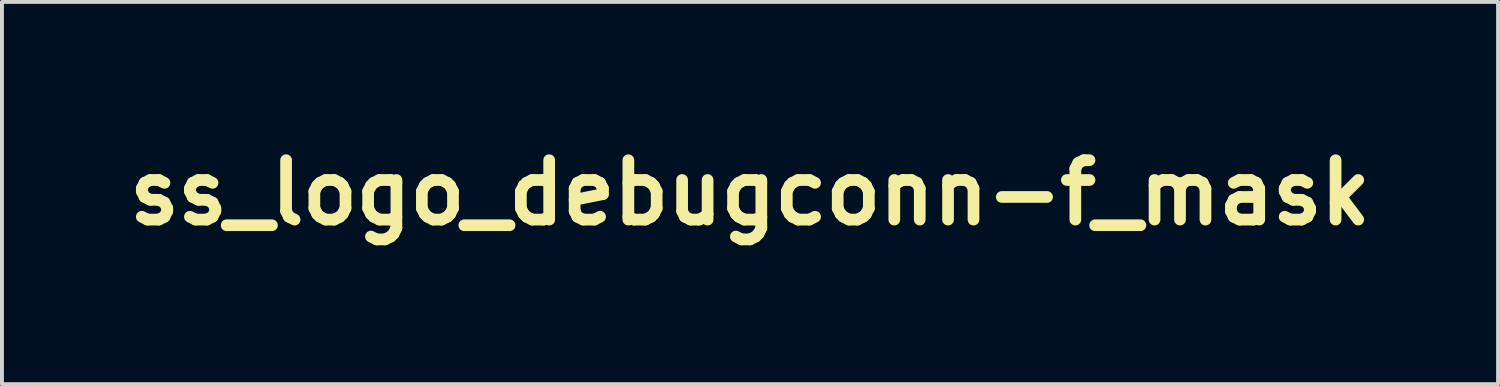
<source format=kicad_pcb>
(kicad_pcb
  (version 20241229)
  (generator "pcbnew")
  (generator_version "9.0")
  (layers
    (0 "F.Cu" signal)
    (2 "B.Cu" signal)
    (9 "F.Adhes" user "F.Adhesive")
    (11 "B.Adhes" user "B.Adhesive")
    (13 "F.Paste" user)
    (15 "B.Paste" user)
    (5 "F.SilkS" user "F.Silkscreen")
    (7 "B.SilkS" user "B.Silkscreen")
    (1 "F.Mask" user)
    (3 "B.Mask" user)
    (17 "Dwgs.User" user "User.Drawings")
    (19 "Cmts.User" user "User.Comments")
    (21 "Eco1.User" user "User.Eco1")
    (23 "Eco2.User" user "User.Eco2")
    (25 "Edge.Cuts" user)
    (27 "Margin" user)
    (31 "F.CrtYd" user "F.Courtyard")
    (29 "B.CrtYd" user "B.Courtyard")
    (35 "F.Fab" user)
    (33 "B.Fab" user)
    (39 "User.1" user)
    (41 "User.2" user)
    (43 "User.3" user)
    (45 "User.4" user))
  (footprint "ss_logo_debugconn-f_mask"
    (layer "F.Cu")
    (at 16.191 1.894)
    (property "Reference" "ss_logo_debugconn-f_mask" (at 0 0 0) (layer "F.SilkS") (effects (font (size 1.524 1.524) (thickness 0.3))))
    (attr through_hole)
    (fp_poly (pts (xy 0.58 -0.652) (xy 0.633 -0.59) (xy 0.649 -0.522) (xy 0.626 -0.442) (xy 0.569 -0.385) (xy 0.508 -0.367) (xy 0.446 -0.386) (xy 0.411 -0.411) (xy 0.373 -0.482) (xy 0.374 -0.561) (xy 0.41 -0.631) (xy 0.473 -0.672) (xy 0.508 -0.677) (xy 0.58 -0.652)) (stroke (width 0.01) (type solid)) (fill yes) (layer "F.Mask"))
    (fp_poly (pts (xy -0.805 -0.655) (xy -0.747 -0.604) (xy -0.71 -0.544) (xy -0.706 -0.522) (xy -0.726 -0.469) (xy -0.775 -0.412) (xy -0.831 -0.373) (xy -0.854 -0.367) (xy -0.903 -0.382) (xy -0.953 -0.411) (xy -1.001 -0.463) (xy -1.016 -0.51) (xy -0.995 -0.573) (xy -0.944 -0.635) (xy -0.883 -0.673) (xy -0.861 -0.677) (xy -0.805 -0.655)) (stroke (width 0.01) (type solid)) (fill yes) (layer "F.Mask"))
    (fp_poly (pts (xy -0.893 0.638) (xy -0.724 0.734) (xy -0.544 0.795) (xy -0.339 0.826) (xy -0.183 0.832) (xy 0.025 0.823) (xy 0.198 0.794) (xy 0.354 0.739) (xy 0.511 0.653) (xy 0.518 0.649) (xy 0.649 0.566) (xy 0.649 0.634) (xy 0.622 0.709) (xy 0.549 0.783) (xy 0.437 0.85) (xy 0.296 0.908) (xy 0.136 0.952) (xy -0.035 0.978) (xy -0.169 0.984) (xy -0.296 0.98) (xy -0.414 0.972) (xy -0.502 0.96) (xy -0.515 0.957) (xy -0.631 0.919) (xy -0.764 0.859) (xy -0.887 0.79) (xy -0.956 0.743) (xy -1.007 0.675) (xy -1.012 0.626) (xy -1.002 0.563) (xy -0.893 0.638)) (stroke (width 0.01) (type solid)) (fill yes) (layer "F.Mask"))
    (fp_poly (pts (xy -7.655 -1.242) (xy -7.379 -1.237) (xy -7.151 -1.221) (xy -6.964 -1.193) (xy -6.809 -1.15) (xy -6.678 -1.09) (xy -6.565 -1.011) (xy -6.465 -0.914) (xy -6.345 -0.756) (xy -6.269 -0.587) (xy -6.232 -0.392) (xy -6.226 -0.254) (xy -6.242 -0.037) (xy -6.293 0.146) (xy -6.386 0.309) (xy -6.465 0.406) (xy -6.568 0.506) (xy -6.682 0.584) (xy -6.813 0.644) (xy -6.969 0.686) (xy -7.157 0.714) (xy -7.387 0.729) (xy -7.655 0.734) (xy -8.072 0.734) (xy -8.072 -0.875) (xy -7.564 -0.875) (xy -7.564 0.367) (xy -7.421 0.367) (xy -7.304 0.36) (xy -7.183 0.342) (xy -7.15 0.335) (xy -6.996 0.269) (xy -6.876 0.161) (xy -6.793 0.015) (xy -6.75 -0.163) (xy -6.745 -0.254) (xy -6.767 -0.451) (xy -6.832 -0.612) (xy -6.939 -0.735) (xy -7.086 -0.821) (xy -7.274 -0.867) (xy -7.413 -0.875) (xy -7.564 -0.875) (xy -8.072 -0.875) (xy -8.072 -1.242) (xy -7.655 -1.242)) (stroke (width 0.01) (type solid)) (fill yes) (layer "F.Mask"))
    (fp_poly (pts (xy 2.872 -1.242) (xy 3.148 -1.237) (xy 3.376 -1.221) (xy 3.563 -1.193) (xy 3.718 -1.15) (xy 3.849 -1.09) (xy 3.962 -1.011) (xy 4.062 -0.914) (xy 4.182 -0.756) (xy 4.258 -0.587) (xy 4.295 -0.392) (xy 4.301 -0.254) (xy 4.285 -0.037) (xy 4.233 0.146) (xy 4.141 0.309) (xy 4.062 0.406) (xy 3.958 0.506) (xy 3.845 0.584) (xy 3.714 0.644) (xy 3.558 0.686) (xy 3.369 0.714) (xy 3.14 0.729) (xy 2.872 0.734) (xy 2.455 0.734) (xy 2.455 -0.875) (xy 2.963 -0.875) (xy 2.963 0.367) (xy 3.106 0.367) (xy 3.223 0.36) (xy 3.344 0.342) (xy 3.377 0.335) (xy 3.531 0.269) (xy 3.651 0.161) (xy 3.734 0.015) (xy 3.777 -0.163) (xy 3.781 -0.254) (xy 3.76 -0.451) (xy 3.695 -0.612) (xy 3.588 -0.735) (xy 3.44 -0.821) (xy 3.253 -0.867) (xy 3.113 -0.875) (xy 2.963 -0.875) (xy 2.455 -0.875) (xy 2.455 -1.242) (xy 2.872 -1.242)) (stroke (width 0.01) (type solid)) (fill yes) (layer "F.Mask"))
    (fp_poly (pts (xy -2.639 -0.759) (xy -2.559 -0.752) (xy -2.519 -0.741) (xy -2.516 -0.737) (xy -2.529 -0.705) (xy -2.559 -0.627) (xy -2.604 -0.511) (xy -2.662 -0.364) (xy -2.729 -0.192) (xy -2.803 -0.002) (xy -2.808 0.011) (xy -3.09 0.734) (xy -3.352 0.734) (xy -3.478 0.732) (xy -3.558 0.727) (xy -3.604 0.715) (xy -3.627 0.695) (xy -3.632 0.684) (xy -3.647 0.645) (xy -3.679 0.561) (xy -3.726 0.44) (xy -3.785 0.289) (xy -3.852 0.116) (xy -3.914 -0.042) (xy -3.985 -0.226) (xy -4.049 -0.393) (xy -4.102 -0.535) (xy -4.144 -0.646) (xy -4.169 -0.717) (xy -4.177 -0.742) (xy -4.151 -0.751) (xy -4.082 -0.757) (xy -3.983 -0.757) (xy -3.946 -0.756) (xy -3.715 -0.748) (xy -3.54 -0.26) (xy -3.484 -0.104) (xy -3.434 0.032) (xy -3.393 0.141) (xy -3.365 0.213) (xy -3.353 0.24) (xy -3.341 0.219) (xy -3.313 0.152) (xy -3.273 0.047) (xy -3.223 -0.087) (xy -3.167 -0.242) (xy -3.163 -0.255) (xy -2.984 -0.762) (xy -2.745 -0.762) (xy -2.639 -0.759)) (stroke (width 0.01) (type solid)) (fill yes) (layer "F.Mask"))
    (fp_poly (pts (xy 5.165 -0.582) (xy 5.242 -0.656) (xy 5.384 -0.756) (xy 5.543 -0.808) (xy 5.709 -0.812) (xy 5.869 -0.77) (xy 6.014 -0.681) (xy 6.09 -0.605) (xy 6.185 -0.457) (xy 6.242 -0.284) (xy 6.265 -0.077) (xy 6.265 -0.028) (xy 6.249 0.188) (xy 6.2 0.367) (xy 6.113 0.519) (xy 6.09 0.549) (xy 5.962 0.662) (xy 5.809 0.734) (xy 5.643 0.76) (xy 5.477 0.738) (xy 5.419 0.717) (xy 5.327 0.666) (xy 5.244 0.601) (xy 5.242 0.6) (xy 5.165 0.526) (xy 5.165 0.734) (xy 4.685 0.734) (xy 4.685 0.02) (xy 5.166 0.02) (xy 5.181 0.156) (xy 5.215 0.254) (xy 5.3 0.36) (xy 5.406 0.414) (xy 5.531 0.416) (xy 5.602 0.395) (xy 5.681 0.337) (xy 5.737 0.24) (xy 5.77 0.117) (xy 5.78 -0.019) (xy 5.769 -0.157) (xy 5.735 -0.283) (xy 5.679 -0.385) (xy 5.603 -0.451) (xy 5.579 -0.46) (xy 5.453 -0.475) (xy 5.337 -0.441) (xy 5.247 -0.363) (xy 5.243 -0.359) (xy 5.198 -0.258) (xy 5.171 -0.125) (xy 5.166 0.02) (xy 4.685 0.02) (xy 4.685 -1.326) (xy 5.165 -1.326) (xy 5.165 -0.582)) (stroke (width 0.01) (type solid)) (fill yes) (layer "F.Mask"))
    (fp_poly (pts (xy -5.003 -0.805) (xy -4.808 -0.755) (xy -4.644 -0.663) (xy -4.514 -0.534) (xy -4.424 -0.372) (xy -4.379 -0.18) (xy -4.375 -0.092) (xy -4.374 0.085) (xy -5.479 0.085) (xy -5.459 0.148) (xy -5.4 0.286) (xy -5.316 0.379) (xy -5.201 0.431) (xy -5.049 0.447) (xy -4.964 0.443) (xy -4.83 0.423) (xy -4.687 0.387) (xy -4.602 0.358) (xy -4.431 0.289) (xy -4.431 0.467) (xy -4.432 0.564) (xy -4.44 0.62) (xy -4.463 0.649) (xy -4.505 0.668) (xy -4.523 0.674) (xy -4.737 0.726) (xy -4.958 0.754) (xy -5.17 0.756) (xy -5.357 0.732) (xy -5.436 0.71) (xy -5.535 0.672) (xy -5.623 0.63) (xy -5.656 0.611) (xy -5.773 0.503) (xy -5.864 0.355) (xy -5.925 0.179) (xy -5.949 -0.01) (xy -5.943 -0.135) (xy -5.916 -0.254) (xy -5.447 -0.254) (xy -5.443 -0.229) (xy -5.425 -0.213) (xy -5.383 -0.203) (xy -5.307 -0.199) (xy -5.187 -0.198) (xy -5.147 -0.198) (xy -4.847 -0.198) (xy -4.865 -0.289) (xy -4.906 -0.397) (xy -4.98 -0.464) (xy -5.092 -0.492) (xy -5.14 -0.494) (xy -5.232 -0.489) (xy -5.293 -0.467) (xy -5.349 -0.419) (xy -5.365 -0.402) (xy -5.416 -0.332) (xy -5.445 -0.269) (xy -5.447 -0.254) (xy -5.916 -0.254) (xy -5.895 -0.345) (xy -5.804 -0.518) (xy -5.673 -0.653) (xy -5.502 -0.748) (xy -5.293 -0.802) (xy -5.223 -0.81) (xy -5.003 -0.805)) (stroke (width 0.01) (type solid)) (fill yes) (layer "F.Mask"))
    (fp_poly (pts (xy 7.371 -0.775) (xy 7.529 -0.686) (xy 7.541 -0.676) (xy 7.648 -0.59) (xy 7.648 -0.762) (xy 8.132 -0.762) (xy 8.122 0.007) (xy 8.119 0.241) (xy 8.115 0.427) (xy 8.11 0.57) (xy 8.104 0.678) (xy 8.096 0.759) (xy 8.086 0.82) (xy 8.072 0.867) (xy 8.061 0.897) (xy 7.987 1.015) (xy 7.878 1.129) (xy 7.754 1.221) (xy 7.657 1.267) (xy 7.576 1.284) (xy 7.456 1.299) (xy 7.317 1.31) (xy 7.177 1.316) (xy 7.056 1.316) (xy 6.971 1.309) (xy 6.971 1.309) (xy 6.892 1.29) (xy 6.809 1.266) (xy 6.759 1.248) (xy 6.731 1.223) (xy 6.72 1.177) (xy 6.717 1.094) (xy 6.717 1.059) (xy 6.717 0.881) (xy 6.892 0.952) (xy 7.01 0.994) (xy 7.111 1.012) (xy 7.226 1.01) (xy 7.24 1.009) (xy 7.346 0.994) (xy 7.44 0.969) (xy 7.486 0.947) (xy 7.553 0.878) (xy 7.608 0.774) (xy 7.642 0.657) (xy 7.648 0.591) (xy 7.648 0.505) (xy 7.541 0.592) (xy 7.382 0.688) (xy 7.218 0.731) (xy 7.055 0.723) (xy 6.901 0.667) (xy 6.763 0.563) (xy 6.647 0.415) (xy 6.6 0.325) (xy 6.547 0.145) (xy 6.534 -0.028) (xy 7.027 -0.028) (xy 7.045 0.141) (xy 7.096 0.269) (xy 7.179 0.354) (xy 7.292 0.393) (xy 7.333 0.395) (xy 7.418 0.379) (xy 7.5 0.323) (xy 7.52 0.303) (xy 7.596 0.196) (xy 7.637 0.071) (xy 7.646 -0.063) (xy 7.626 -0.194) (xy 7.579 -0.312) (xy 7.508 -0.406) (xy 7.416 -0.465) (xy 7.333 -0.48) (xy 7.212 -0.456) (xy 7.121 -0.384) (xy 7.06 -0.267) (xy 7.03 -0.106) (xy 7.027 -0.028) (xy 6.534 -0.028) (xy 6.533 -0.051) (xy 6.556 -0.25) (xy 6.614 -0.435) (xy 6.706 -0.592) (xy 6.74 -0.632) (xy 6.878 -0.741) (xy 7.036 -0.802) (xy 7.204 -0.814) (xy 7.371 -0.775)) (stroke (width 0.01) (type solid)) (fill yes) (layer "F.Mask"))
    (fp_poly (pts (xy 0.139 -1.86) (xy 0.436 -1.781) (xy 0.718 -1.656) (xy 0.979 -1.488) (xy 1.21 -1.281) (xy 1.369 -1.087) (xy 1.533 -0.812) (xy 1.645 -0.523) (xy 1.707 -0.226) (xy 1.721 0.074) (xy 1.688 0.37) (xy 1.608 0.657) (xy 1.485 0.93) (xy 1.319 1.181) (xy 1.111 1.407) (xy 0.864 1.6) (xy 0.676 1.708) (xy 0.436 1.805) (xy 0.167 1.872) (xy -0.11 1.906) (xy -0.376 1.903) (xy -0.48 1.891) (xy -0.788 1.813) (xy -1.076 1.685) (xy -1.338 1.512) (xy -1.569 1.298) (xy -1.765 1.046) (xy -1.92 0.762) (xy -1.991 0.579) (xy -2.025 0.468) (xy -2.048 0.369) (xy -2.06 0.263) (xy -2.066 0.133) (xy -2.067 0.014) (xy -2.067 -0.003) (xy -1.916 -0.003) (xy -1.911 0.195) (xy -1.891 0.369) (xy -1.879 0.425) (xy -1.778 0.717) (xy -1.63 0.984) (xy -1.44 1.22) (xy -1.213 1.42) (xy -0.955 1.579) (xy -0.671 1.691) (xy -0.621 1.705) (xy -0.482 1.73) (xy -0.309 1.744) (xy -0.122 1.746) (xy 0.059 1.738) (xy 0.213 1.719) (xy 0.262 1.708) (xy 0.532 1.61) (xy 0.783 1.468) (xy 1.008 1.286) (xy 1.2 1.073) (xy 1.353 0.835) (xy 1.46 0.578) (xy 1.497 0.429) (xy 1.517 0.267) (xy 1.522 0.075) (xy 1.513 -0.128) (xy 1.491 -0.323) (xy 1.459 -0.491) (xy 1.439 -0.559) (xy 1.395 -0.665) (xy 1.354 -0.72) (xy 1.314 -0.722) (xy 1.274 -0.671) (xy 1.232 -0.567) (xy 1.186 -0.406) (xy 1.185 -0.401) (xy 1.147 -0.302) (xy 1.091 -0.21) (xy 1.078 -0.195) (xy 1.026 -0.146) (xy 0.963 -0.115) (xy 0.873 -0.092) (xy 0.804 -0.081) (xy 0.63 -0.066) (xy 0.454 -0.069) (xy 0.293 -0.089) (xy 0.167 -0.124) (xy 0.149 -0.132) (xy 0.09 -0.17) (xy 0.038 -0.233) (xy -0.017 -0.331) (xy -0.039 -0.377) (xy -0.087 -0.48) (xy -0.126 -0.569) (xy -0.15 -0.626) (xy -0.152 -0.631) (xy -0.166 -0.649) (xy 0.038 -0.649) (xy 0.042 -0.596) (xy 0.085 -0.489) (xy 0.155 -0.384) (xy 0.238 -0.3) (xy 0.291 -0.267) (xy 0.38 -0.244) (xy 0.505 -0.231) (xy 0.646 -0.228) (xy 0.784 -0.234) (xy 0.897 -0.251) (xy 0.945 -0.266) (xy 1.006 -0.3) (xy 1.046 -0.35) (xy 1.079 -0.434) (xy 1.085 -0.455) (xy 1.116 -0.569) (xy 1.126 -0.647) (xy 1.115 -0.704) (xy 1.082 -0.757) (xy 1.075 -0.766) (xy 1.049 -0.794) (xy 1.018 -0.813) (xy 0.971 -0.824) (xy 0.897 -0.829) (xy 0.785 -0.831) (xy 0.687 -0.83) (xy 0.455 -0.822) (xy 0.276 -0.801) (xy 0.149 -0.765) (xy 0.07 -0.715) (xy 0.038 -0.649) (xy -0.166 -0.649) (xy -0.178 -0.664) (xy -0.214 -0.646) (xy -0.255 -0.583) (xy -0.295 -0.485) (xy -0.367 -0.312) (xy -0.451 -0.193) (xy -0.544 -0.128) (xy -0.682 -0.09) (xy -0.856 -0.07) (xy -1.046 -0.07) (xy -1.185 -0.083) (xy -1.316 -0.109) (xy -1.413 -0.15) (xy -1.484 -0.216) (xy -1.541 -0.318) (xy -1.594 -0.464) (xy -1.601 -0.489) (xy -1.62 -0.544) (xy -1.462 -0.544) (xy -1.43 -0.416) (xy -1.424 -0.401) (xy -1.389 -0.327) (xy -1.35 -0.276) (xy -1.295 -0.246) (xy -1.214 -0.232) (xy -1.095 -0.229) (xy -0.983 -0.231) (xy -0.841 -0.237) (xy -0.742 -0.246) (xy -0.675 -0.261) (xy -0.625 -0.283) (xy -0.602 -0.299) (xy -0.525 -0.374) (xy -0.458 -0.471) (xy -0.414 -0.57) (xy -0.402 -0.649) (xy -0.423 -0.704) (xy -0.478 -0.745) (xy -0.57 -0.774) (xy -0.706 -0.793) (xy -0.89 -0.802) (xy -1.011 -0.803) (xy -1.165 -0.803) (xy -1.273 -0.8) (xy -1.343 -0.794) (xy -1.387 -0.783) (xy -1.414 -0.765) (xy -1.427 -0.75) (xy -1.461 -0.661) (xy -1.462 -0.544) (xy -1.62 -0.544) (xy -1.641 -0.604) (xy -1.68 -0.683) (xy -1.711 -0.717) (xy -1.744 -0.727) (xy -1.768 -0.719) (xy -1.79 -0.684) (xy -1.819 -0.611) (xy -1.842 -0.545) (xy -1.88 -0.393) (xy -1.905 -0.206) (xy -1.916 -0.003) (xy -2.067 -0.003) (xy -2.066 -0.145) (xy -2.059 -0.266) (xy -2.045 -0.367) (xy -2.02 -0.467) (xy -1.994 -0.55) (xy -1.866 -0.857) (xy -1.792 -0.974) (xy -1.651 -0.974) (xy -1.072 -0.953) (xy -0.89 -0.946) (xy -0.719 -0.937) (xy -0.571 -0.927) (xy -0.457 -0.917) (xy -0.387 -0.908) (xy -0.381 -0.907) (xy -0.252 -0.884) (xy -0.138 -0.881) (xy -0.009 -0.898) (xy 0.031 -0.906) (xy 0.108 -0.917) (xy 0.229 -0.929) (xy 0.383 -0.939) (xy 0.557 -0.949) (xy 0.731 -0.956) (xy 1.279 -0.974) (xy 1.159 -1.112) (xy 0.929 -1.338) (xy 0.674 -1.514) (xy 0.396 -1.639) (xy 0.098 -1.713) (xy -0.169 -1.733) (xy -0.376 -1.724) (xy -0.561 -1.694) (xy -0.746 -1.637) (xy -0.951 -1.549) (xy -0.957 -1.546) (xy -1.085 -1.48) (xy -1.193 -1.41) (xy -1.3 -1.322) (xy -1.423 -1.203) (xy -1.651 -0.974) (xy -1.792 -0.974) (xy -1.693 -1.131) (xy -1.48 -1.368) (xy -1.23 -1.566) (xy -0.949 -1.721) (xy -0.639 -1.829) (xy -0.468 -1.865) (xy -0.165 -1.889) (xy 0.139 -1.86)) (stroke (width 0.01) (type solid)) (fill yes) (layer "F.Mask")))
  (gr_rect
    (start -3 -3)
    (end 35.381 6.805)
    (stroke (width 0.1) (type default))
    (fill no)
    (layer "Edge.Cuts")))
</source>
